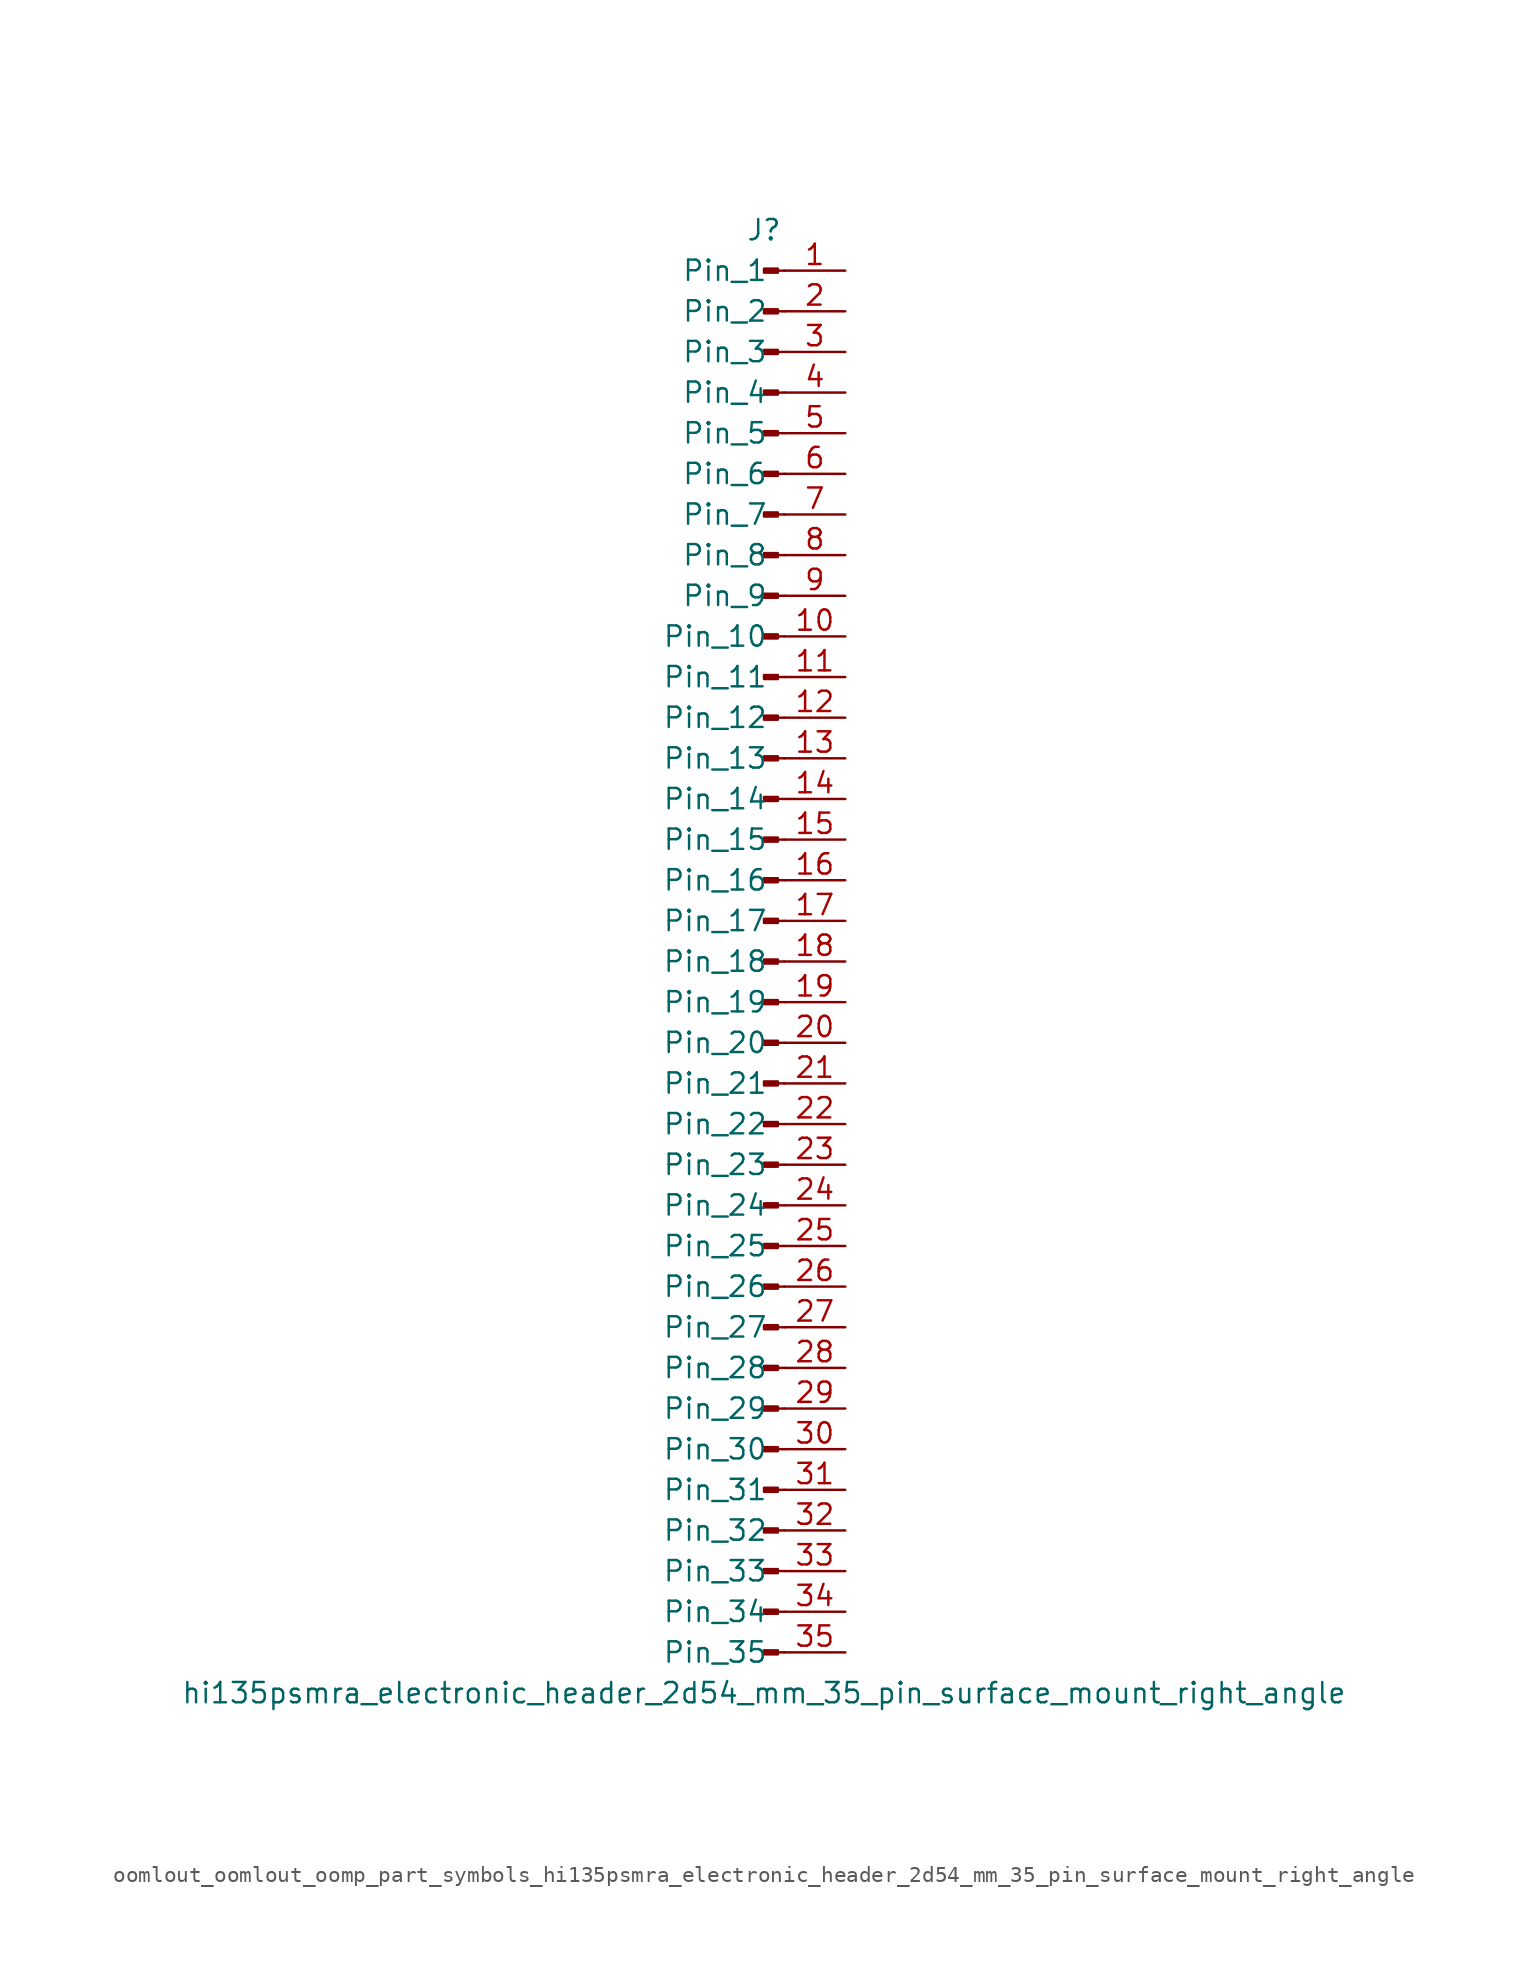
<source format=kicad_sym>
(kicad_symbol_lib
  (version 20220914)
  (generator kicad_symbol_editor)
  (symbol "oomlout_oomlout_oomp_part_symbols_hi135psmra_electronic_header_2d54_mm_35_pin_surface_mount_right_angle"
    (pin_names
      (offset 1.016))
    (property "Reference" "J"
      (at 0 45.72 0)
      (effects (font (size 1.27 1.27))))
    (property "Value" "hi135psmra_electronic_header_2d54_mm_35_pin_surface_mount_right_angle"
      (at 0 -45.72 0)
      (effects (font (size 1.27 1.27))))
    (property "ki_locked" ""
      (at 0 0 0)
      (effects (font (size 1.27 1.27))))
    (symbol "oomlout_oomlout_oomp_part_symbols_hi135psmra_electronic_header_2d54_mm_35_pin_surface_mount_right_angle_1_1"
      (polyline (pts (xy 1.27 -43.18) (xy 0.864 -43.18)) (stroke (width 0.152) (type default)) (fill (type none)))
      (polyline (pts (xy 1.27 -40.64) (xy 0.864 -40.64)) (stroke (width 0.152) (type default)) (fill (type none)))
      (polyline (pts (xy 1.27 -38.1) (xy 0.864 -38.1)) (stroke (width 0.152) (type default)) (fill (type none)))
      (polyline (pts (xy 1.27 -35.56) (xy 0.864 -35.56)) (stroke (width 0.152) (type default)) (fill (type none)))
      (polyline (pts (xy 1.27 -33.02) (xy 0.864 -33.02)) (stroke (width 0.152) (type default)) (fill (type none)))
      (polyline (pts (xy 1.27 -30.48) (xy 0.864 -30.48)) (stroke (width 0.152) (type default)) (fill (type none)))
      (polyline (pts (xy 1.27 -27.94) (xy 0.864 -27.94)) (stroke (width 0.152) (type default)) (fill (type none)))
      (polyline (pts (xy 1.27 -25.4) (xy 0.864 -25.4)) (stroke (width 0.152) (type default)) (fill (type none)))
      (polyline (pts (xy 1.27 -22.86) (xy 0.864 -22.86)) (stroke (width 0.152) (type default)) (fill (type none)))
      (polyline (pts (xy 1.27 -20.32) (xy 0.864 -20.32)) (stroke (width 0.152) (type default)) (fill (type none)))
      (polyline (pts (xy 1.27 -17.78) (xy 0.864 -17.78)) (stroke (width 0.152) (type default)) (fill (type none)))
      (polyline (pts (xy 1.27 -15.24) (xy 0.864 -15.24)) (stroke (width 0.152) (type default)) (fill (type none)))
      (polyline (pts (xy 1.27 -12.7) (xy 0.864 -12.7)) (stroke (width 0.152) (type default)) (fill (type none)))
      (polyline (pts (xy 1.27 -10.16) (xy 0.864 -10.16)) (stroke (width 0.152) (type default)) (fill (type none)))
      (polyline (pts (xy 1.27 -7.62) (xy 0.864 -7.62)) (stroke (width 0.152) (type default)) (fill (type none)))
      (polyline (pts (xy 1.27 -5.08) (xy 0.864 -5.08)) (stroke (width 0.152) (type default)) (fill (type none)))
      (polyline (pts (xy 1.27 -2.54) (xy 0.864 -2.54)) (stroke (width 0.152) (type default)) (fill (type none)))
      (polyline (pts (xy 1.27 0) (xy 0.864 0)) (stroke (width 0.152) (type default)) (fill (type none)))
      (polyline (pts (xy 1.27 2.54) (xy 0.864 2.54)) (stroke (width 0.152) (type default)) (fill (type none)))
      (polyline (pts (xy 1.27 5.08) (xy 0.864 5.08)) (stroke (width 0.152) (type default)) (fill (type none)))
      (polyline (pts (xy 1.27 7.62) (xy 0.864 7.62)) (stroke (width 0.152) (type default)) (fill (type none)))
      (polyline (pts (xy 1.27 10.16) (xy 0.864 10.16)) (stroke (width 0.152) (type default)) (fill (type none)))
      (polyline (pts (xy 1.27 12.7) (xy 0.864 12.7)) (stroke (width 0.152) (type default)) (fill (type none)))
      (polyline (pts (xy 1.27 15.24) (xy 0.864 15.24)) (stroke (width 0.152) (type default)) (fill (type none)))
      (polyline (pts (xy 1.27 17.78) (xy 0.864 17.78)) (stroke (width 0.152) (type default)) (fill (type none)))
      (polyline (pts (xy 1.27 20.32) (xy 0.864 20.32)) (stroke (width 0.152) (type default)) (fill (type none)))
      (polyline (pts (xy 1.27 22.86) (xy 0.864 22.86)) (stroke (width 0.152) (type default)) (fill (type none)))
      (polyline (pts (xy 1.27 25.4) (xy 0.864 25.4)) (stroke (width 0.152) (type default)) (fill (type none)))
      (polyline (pts (xy 1.27 27.94) (xy 0.864 27.94)) (stroke (width 0.152) (type default)) (fill (type none)))
      (polyline (pts (xy 1.27 30.48) (xy 0.864 30.48)) (stroke (width 0.152) (type default)) (fill (type none)))
      (polyline (pts (xy 1.27 33.02) (xy 0.864 33.02)) (stroke (width 0.152) (type default)) (fill (type none)))
      (polyline (pts (xy 1.27 35.56) (xy 0.864 35.56)) (stroke (width 0.152) (type default)) (fill (type none)))
      (polyline (pts (xy 1.27 38.1) (xy 0.864 38.1)) (stroke (width 0.152) (type default)) (fill (type none)))
      (polyline (pts (xy 1.27 40.64) (xy 0.864 40.64)) (stroke (width 0.152) (type default)) (fill (type none)))
      (polyline (pts (xy 1.27 43.18) (xy 0.864 43.18)) (stroke (width 0.152) (type default)) (fill (type none)))
      (rectangle (start 0.864 -43.053) (end 0 -43.307) (stroke (width 0.152) (type default)) (fill (type outline)))
      (rectangle (start 0.864 -40.513) (end 0 -40.767) (stroke (width 0.152) (type default)) (fill (type outline)))
      (rectangle (start 0.864 -37.973) (end 0 -38.227) (stroke (width 0.152) (type default)) (fill (type outline)))
      (rectangle (start 0.864 -35.433) (end 0 -35.687) (stroke (width 0.152) (type default)) (fill (type outline)))
      (rectangle (start 0.864 -32.893) (end 0 -33.147) (stroke (width 0.152) (type default)) (fill (type outline)))
      (rectangle (start 0.864 -30.353) (end 0 -30.607) (stroke (width 0.152) (type default)) (fill (type outline)))
      (rectangle (start 0.864 -27.813) (end 0 -28.067) (stroke (width 0.152) (type default)) (fill (type outline)))
      (rectangle (start 0.864 -25.273) (end 0 -25.527) (stroke (width 0.152) (type default)) (fill (type outline)))
      (rectangle (start 0.864 -22.733) (end 0 -22.987) (stroke (width 0.152) (type default)) (fill (type outline)))
      (rectangle (start 0.864 -20.193) (end 0 -20.447) (stroke (width 0.152) (type default)) (fill (type outline)))
      (rectangle (start 0.864 -17.653) (end 0 -17.907) (stroke (width 0.152) (type default)) (fill (type outline)))
      (rectangle (start 0.864 -15.113) (end 0 -15.367) (stroke (width 0.152) (type default)) (fill (type outline)))
      (rectangle (start 0.864 -12.573) (end 0 -12.827) (stroke (width 0.152) (type default)) (fill (type outline)))
      (rectangle (start 0.864 -10.033) (end 0 -10.287) (stroke (width 0.152) (type default)) (fill (type outline)))
      (rectangle (start 0.864 -7.493) (end 0 -7.747) (stroke (width 0.152) (type default)) (fill (type outline)))
      (rectangle (start 0.864 -4.953) (end 0 -5.207) (stroke (width 0.152) (type default)) (fill (type outline)))
      (rectangle (start 0.864 -2.413) (end 0 -2.667) (stroke (width 0.152) (type default)) (fill (type outline)))
      (rectangle (start 0.864 0.127) (end 0 -0.127) (stroke (width 0.152) (type default)) (fill (type outline)))
      (rectangle (start 0.864 2.667) (end 0 2.413) (stroke (width 0.152) (type default)) (fill (type outline)))
      (rectangle (start 0.864 5.207) (end 0 4.953) (stroke (width 0.152) (type default)) (fill (type outline)))
      (rectangle (start 0.864 7.747) (end 0 7.493) (stroke (width 0.152) (type default)) (fill (type outline)))
      (rectangle (start 0.864 10.287) (end 0 10.033) (stroke (width 0.152) (type default)) (fill (type outline)))
      (rectangle (start 0.864 12.827) (end 0 12.573) (stroke (width 0.152) (type default)) (fill (type outline)))
      (rectangle (start 0.864 15.367) (end 0 15.113) (stroke (width 0.152) (type default)) (fill (type outline)))
      (rectangle (start 0.864 17.907) (end 0 17.653) (stroke (width 0.152) (type default)) (fill (type outline)))
      (rectangle (start 0.864 20.447) (end 0 20.193) (stroke (width 0.152) (type default)) (fill (type outline)))
      (rectangle (start 0.864 22.987) (end 0 22.733) (stroke (width 0.152) (type default)) (fill (type outline)))
      (rectangle (start 0.864 25.527) (end 0 25.273) (stroke (width 0.152) (type default)) (fill (type outline)))
      (rectangle (start 0.864 28.067) (end 0 27.813) (stroke (width 0.152) (type default)) (fill (type outline)))
      (rectangle (start 0.864 30.607) (end 0 30.353) (stroke (width 0.152) (type default)) (fill (type outline)))
      (rectangle (start 0.864 33.147) (end 0 32.893) (stroke (width 0.152) (type default)) (fill (type outline)))
      (rectangle (start 0.864 35.687) (end 0 35.433) (stroke (width 0.152) (type default)) (fill (type outline)))
      (rectangle (start 0.864 38.227) (end 0 37.973) (stroke (width 0.152) (type default)) (fill (type outline)))
      (rectangle (start 0.864 40.767) (end 0 40.513) (stroke (width 0.152) (type default)) (fill (type outline)))
      (rectangle (start 0.864 43.307) (end 0 43.053) (stroke (width 0.152) (type default)) (fill (type outline)))
      (pin passive line (at 5.08 43.18 180) (length 3.81) (name "Pin_1" (effects (font (size 1.27 1.27)))) (number "1" (effects (font (size 1.27 1.27)))))
      (pin passive line (at 5.08 20.32 180) (length 3.81) (name "Pin_10" (effects (font (size 1.27 1.27)))) (number "10" (effects (font (size 1.27 1.27)))))
      (pin passive line (at 5.08 17.78 180) (length 3.81) (name "Pin_11" (effects (font (size 1.27 1.27)))) (number "11" (effects (font (size 1.27 1.27)))))
      (pin passive line (at 5.08 15.24 180) (length 3.81) (name "Pin_12" (effects (font (size 1.27 1.27)))) (number "12" (effects (font (size 1.27 1.27)))))
      (pin passive line (at 5.08 12.7 180) (length 3.81) (name "Pin_13" (effects (font (size 1.27 1.27)))) (number "13" (effects (font (size 1.27 1.27)))))
      (pin passive line (at 5.08 10.16 180) (length 3.81) (name "Pin_14" (effects (font (size 1.27 1.27)))) (number "14" (effects (font (size 1.27 1.27)))))
      (pin passive line (at 5.08 7.62 180) (length 3.81) (name "Pin_15" (effects (font (size 1.27 1.27)))) (number "15" (effects (font (size 1.27 1.27)))))
      (pin passive line (at 5.08 5.08 180) (length 3.81) (name "Pin_16" (effects (font (size 1.27 1.27)))) (number "16" (effects (font (size 1.27 1.27)))))
      (pin passive line (at 5.08 2.54 180) (length 3.81) (name "Pin_17" (effects (font (size 1.27 1.27)))) (number "17" (effects (font (size 1.27 1.27)))))
      (pin passive line (at 5.08 0 180) (length 3.81) (name "Pin_18" (effects (font (size 1.27 1.27)))) (number "18" (effects (font (size 1.27 1.27)))))
      (pin passive line (at 5.08 -2.54 180) (length 3.81) (name "Pin_19" (effects (font (size 1.27 1.27)))) (number "19" (effects (font (size 1.27 1.27)))))
      (pin passive line (at 5.08 40.64 180) (length 3.81) (name "Pin_2" (effects (font (size 1.27 1.27)))) (number "2" (effects (font (size 1.27 1.27)))))
      (pin passive line (at 5.08 -5.08 180) (length 3.81) (name "Pin_20" (effects (font (size 1.27 1.27)))) (number "20" (effects (font (size 1.27 1.27)))))
      (pin passive line (at 5.08 -7.62 180) (length 3.81) (name "Pin_21" (effects (font (size 1.27 1.27)))) (number "21" (effects (font (size 1.27 1.27)))))
      (pin passive line (at 5.08 -10.16 180) (length 3.81) (name "Pin_22" (effects (font (size 1.27 1.27)))) (number "22" (effects (font (size 1.27 1.27)))))
      (pin passive line (at 5.08 -12.7 180) (length 3.81) (name "Pin_23" (effects (font (size 1.27 1.27)))) (number "23" (effects (font (size 1.27 1.27)))))
      (pin passive line (at 5.08 -15.24 180) (length 3.81) (name "Pin_24" (effects (font (size 1.27 1.27)))) (number "24" (effects (font (size 1.27 1.27)))))
      (pin passive line (at 5.08 -17.78 180) (length 3.81) (name "Pin_25" (effects (font (size 1.27 1.27)))) (number "25" (effects (font (size 1.27 1.27)))))
      (pin passive line (at 5.08 -20.32 180) (length 3.81) (name "Pin_26" (effects (font (size 1.27 1.27)))) (number "26" (effects (font (size 1.27 1.27)))))
      (pin passive line (at 5.08 -22.86 180) (length 3.81) (name "Pin_27" (effects (font (size 1.27 1.27)))) (number "27" (effects (font (size 1.27 1.27)))))
      (pin passive line (at 5.08 -25.4 180) (length 3.81) (name "Pin_28" (effects (font (size 1.27 1.27)))) (number "28" (effects (font (size 1.27 1.27)))))
      (pin passive line (at 5.08 -27.94 180) (length 3.81) (name "Pin_29" (effects (font (size 1.27 1.27)))) (number "29" (effects (font (size 1.27 1.27)))))
      (pin passive line (at 5.08 38.1 180) (length 3.81) (name "Pin_3" (effects (font (size 1.27 1.27)))) (number "3" (effects (font (size 1.27 1.27)))))
      (pin passive line (at 5.08 -30.48 180) (length 3.81) (name "Pin_30" (effects (font (size 1.27 1.27)))) (number "30" (effects (font (size 1.27 1.27)))))
      (pin passive line (at 5.08 -33.02 180) (length 3.81) (name "Pin_31" (effects (font (size 1.27 1.27)))) (number "31" (effects (font (size 1.27 1.27)))))
      (pin passive line (at 5.08 -35.56 180) (length 3.81) (name "Pin_32" (effects (font (size 1.27 1.27)))) (number "32" (effects (font (size 1.27 1.27)))))
      (pin passive line (at 5.08 -38.1 180) (length 3.81) (name "Pin_33" (effects (font (size 1.27 1.27)))) (number "33" (effects (font (size 1.27 1.27)))))
      (pin passive line (at 5.08 -40.64 180) (length 3.81) (name "Pin_34" (effects (font (size 1.27 1.27)))) (number "34" (effects (font (size 1.27 1.27)))))
      (pin passive line (at 5.08 -43.18 180) (length 3.81) (name "Pin_35" (effects (font (size 1.27 1.27)))) (number "35" (effects (font (size 1.27 1.27)))))
      (pin passive line (at 5.08 35.56 180) (length 3.81) (name "Pin_4" (effects (font (size 1.27 1.27)))) (number "4" (effects (font (size 1.27 1.27)))))
      (pin passive line (at 5.08 33.02 180) (length 3.81) (name "Pin_5" (effects (font (size 1.27 1.27)))) (number "5" (effects (font (size 1.27 1.27)))))
      (pin passive line (at 5.08 30.48 180) (length 3.81) (name "Pin_6" (effects (font (size 1.27 1.27)))) (number "6" (effects (font (size 1.27 1.27)))))
      (pin passive line (at 5.08 27.94 180) (length 3.81) (name "Pin_7" (effects (font (size 1.27 1.27)))) (number "7" (effects (font (size 1.27 1.27)))))
      (pin passive line (at 5.08 25.4 180) (length 3.81) (name "Pin_8" (effects (font (size 1.27 1.27)))) (number "8" (effects (font (size 1.27 1.27)))))
      (pin passive line (at 5.08 22.86 180) (length 3.81) (name "Pin_9" (effects (font (size 1.27 1.27)))) (number "9" (effects (font (size 1.27 1.27))))))))
</source>
